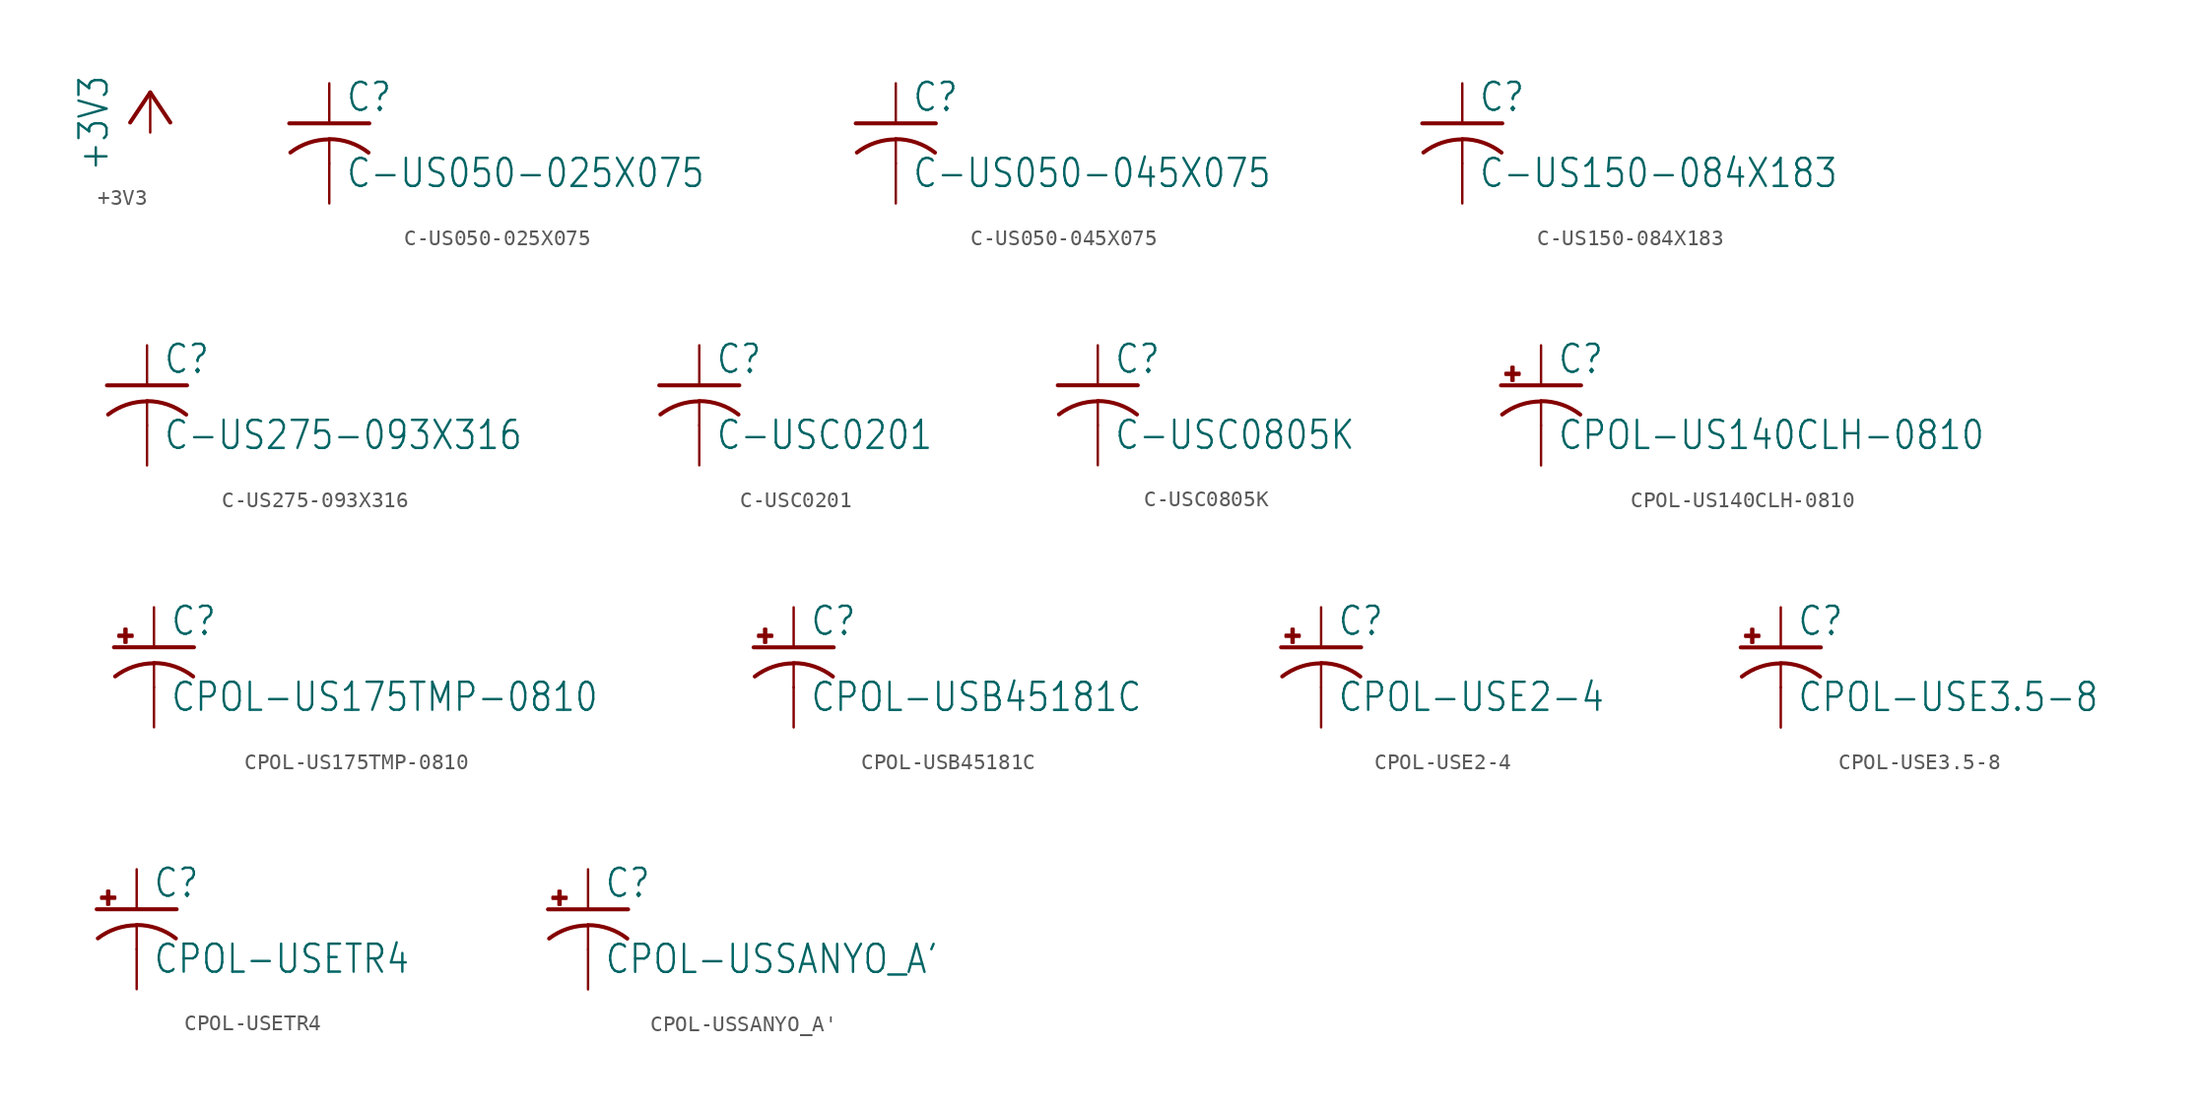
<source format=kicad_sym>
(kicad_symbol_lib
  (version 20211014)
  (generator kicad_symbol_editor)
  (symbol "+3V3"
    (power)
    (property "Reference" "#+3V3"
      (at 0 0 0)
      (effects (font (size 1.27 1.27)) hide))
    (property "Value" "+3V3"
      (at -2.54 -5.08 90)
      (effects (font (size 1.778 1.511)) (justify left bottom)))
    (property "ki_locked" ""
      (at 0 0 0)
      (effects (font (size 1.27 1.27))))
    (symbol "+3V3_1_0"
      (polyline (pts (xy 0 0) (xy -1.27 -1.905)) (stroke (width 0.254) (type default) (color 0 0 0 0)) (fill (type none)))
      (polyline (pts (xy 1.27 -1.905) (xy 0 0)) (stroke (width 0.254) (type default) (color 0 0 0 0)) (fill (type none)))
      (pin power_in line (at 0 -2.54 90) (length 2.54) (name "+3V3" (effects (font (size 0 0)))) (number "1" (effects (font (size 0 0)))))))
  (symbol "C-US050-025X075"
    (property "Reference" "C"
      (at 1.016 0.635 0)
      (effects (font (size 1.778 1.511)) (justify left bottom)))
    (property "Value" "C-US050-025X075"
      (at 1.016 -4.191 0)
      (effects (font (size 1.778 1.511)) (justify left bottom)))
    (property "ki_locked" ""
      (at 0 0 0)
      (effects (font (size 1.27 1.27))))
    (symbol "C-US050-025X075_1_0"
      (arc (start 0 -1.0161) (mid -1.302 -1.2303) (end -2.4668 -1.8504) (stroke (width 0.254) (type default) (color 0 0 0 0)) (fill (type none)))
      (polyline (pts (xy -2.54 0) (xy 2.54 0)) (stroke (width 0.254) (type default) (color 0 0 0 0)) (fill (type none)))
      (polyline (pts (xy 0 -1.016) (xy 0 -2.54)) (stroke (width 0.152) (type default) (color 0 0 0 0)) (fill (type none)))
      (arc (start 2.4892 -1.8542) (mid 1.3158 -1.2195) (end 0 -1) (stroke (width 0.254) (type default) (color 0 0 0 0)) (fill (type none)))
      (pin passive line (at 0 2.54 270) (length 2.54) (name "1" (effects (font (size 0 0)))) (number "1" (effects (font (size 0 0)))))
      (pin passive line (at 0 -5.08 90) (length 2.54) (name "2" (effects (font (size 0 0)))) (number "2" (effects (font (size 0 0)))))))
  (symbol "C-US050-045X075"
    (property "Reference" "C"
      (at 1.016 0.635 0)
      (effects (font (size 1.778 1.511)) (justify left bottom)))
    (property "Value" "C-US050-045X075"
      (at 1.016 -4.191 0)
      (effects (font (size 1.778 1.511)) (justify left bottom)))
    (property "ki_locked" ""
      (at 0 0 0)
      (effects (font (size 1.27 1.27))))
    (symbol "C-US050-045X075_1_0"
      (arc (start 0 -1.0161) (mid -1.302 -1.2303) (end -2.4668 -1.8504) (stroke (width 0.254) (type default) (color 0 0 0 0)) (fill (type none)))
      (polyline (pts (xy -2.54 0) (xy 2.54 0)) (stroke (width 0.254) (type default) (color 0 0 0 0)) (fill (type none)))
      (polyline (pts (xy 0 -1.016) (xy 0 -2.54)) (stroke (width 0.152) (type default) (color 0 0 0 0)) (fill (type none)))
      (arc (start 2.4892 -1.8542) (mid 1.3158 -1.2195) (end 0 -1) (stroke (width 0.254) (type default) (color 0 0 0 0)) (fill (type none)))
      (pin passive line (at 0 2.54 270) (length 2.54) (name "1" (effects (font (size 0 0)))) (number "1" (effects (font (size 0 0)))))
      (pin passive line (at 0 -5.08 90) (length 2.54) (name "2" (effects (font (size 0 0)))) (number "2" (effects (font (size 0 0)))))))
  (symbol "C-US150-084X183"
    (property "Reference" "C"
      (at 1.016 0.635 0)
      (effects (font (size 1.778 1.511)) (justify left bottom)))
    (property "Value" "C-US150-084X183"
      (at 1.016 -4.191 0)
      (effects (font (size 1.778 1.511)) (justify left bottom)))
    (property "ki_locked" ""
      (at 0 0 0)
      (effects (font (size 1.27 1.27))))
    (symbol "C-US150-084X183_1_0"
      (arc (start 0 -1.0161) (mid -1.302 -1.2303) (end -2.4668 -1.8504) (stroke (width 0.254) (type default) (color 0 0 0 0)) (fill (type none)))
      (polyline (pts (xy -2.54 0) (xy 2.54 0)) (stroke (width 0.254) (type default) (color 0 0 0 0)) (fill (type none)))
      (polyline (pts (xy 0 -1.016) (xy 0 -2.54)) (stroke (width 0.152) (type default) (color 0 0 0 0)) (fill (type none)))
      (arc (start 2.4892 -1.8542) (mid 1.3158 -1.2195) (end 0 -1) (stroke (width 0.254) (type default) (color 0 0 0 0)) (fill (type none)))
      (pin passive line (at 0 2.54 270) (length 2.54) (name "1" (effects (font (size 0 0)))) (number "1" (effects (font (size 0 0)))))
      (pin passive line (at 0 -5.08 90) (length 2.54) (name "2" (effects (font (size 0 0)))) (number "2" (effects (font (size 0 0)))))))
  (symbol "C-US275-093X316"
    (property "Reference" "C"
      (at 1.016 0.635 0)
      (effects (font (size 1.778 1.511)) (justify left bottom)))
    (property "Value" "C-US275-093X316"
      (at 1.016 -4.191 0)
      (effects (font (size 1.778 1.511)) (justify left bottom)))
    (property "ki_locked" ""
      (at 0 0 0)
      (effects (font (size 1.27 1.27))))
    (symbol "C-US275-093X316_1_0"
      (arc (start 0 -1.0161) (mid -1.302 -1.2303) (end -2.4668 -1.8504) (stroke (width 0.254) (type default) (color 0 0 0 0)) (fill (type none)))
      (polyline (pts (xy -2.54 0) (xy 2.54 0)) (stroke (width 0.254) (type default) (color 0 0 0 0)) (fill (type none)))
      (polyline (pts (xy 0 -1.016) (xy 0 -2.54)) (stroke (width 0.152) (type default) (color 0 0 0 0)) (fill (type none)))
      (arc (start 2.4892 -1.8542) (mid 1.3158 -1.2195) (end 0 -1) (stroke (width 0.254) (type default) (color 0 0 0 0)) (fill (type none)))
      (pin passive line (at 0 2.54 270) (length 2.54) (name "1" (effects (font (size 0 0)))) (number "1" (effects (font (size 0 0)))))
      (pin passive line (at 0 -5.08 90) (length 2.54) (name "2" (effects (font (size 0 0)))) (number "2" (effects (font (size 0 0)))))))
  (symbol "C-USC0201"
    (property "Reference" "C"
      (at 1.016 0.635 0)
      (effects (font (size 1.778 1.511)) (justify left bottom)))
    (property "Value" "C-USC0201"
      (at 1.016 -4.191 0)
      (effects (font (size 1.778 1.511)) (justify left bottom)))
    (property "ki_locked" ""
      (at 0 0 0)
      (effects (font (size 1.27 1.27))))
    (symbol "C-USC0201_1_0"
      (arc (start 0 -1.0161) (mid -1.302 -1.2303) (end -2.4668 -1.8504) (stroke (width 0.254) (type default) (color 0 0 0 0)) (fill (type none)))
      (polyline (pts (xy -2.54 0) (xy 2.54 0)) (stroke (width 0.254) (type default) (color 0 0 0 0)) (fill (type none)))
      (polyline (pts (xy 0 -1.016) (xy 0 -2.54)) (stroke (width 0.152) (type default) (color 0 0 0 0)) (fill (type none)))
      (arc (start 2.4892 -1.8542) (mid 1.3158 -1.2195) (end 0 -1) (stroke (width 0.254) (type default) (color 0 0 0 0)) (fill (type none)))
      (pin passive line (at 0 2.54 270) (length 2.54) (name "1" (effects (font (size 0 0)))) (number "1" (effects (font (size 0 0)))))
      (pin passive line (at 0 -5.08 90) (length 2.54) (name "2" (effects (font (size 0 0)))) (number "2" (effects (font (size 0 0)))))))
  (symbol "C-USC0805K"
    (property "Reference" "C"
      (at 1.016 0.635 0)
      (effects (font (size 1.778 1.511)) (justify left bottom)))
    (property "Value" "C-USC0805K"
      (at 1.016 -4.191 0)
      (effects (font (size 1.778 1.511)) (justify left bottom)))
    (property "ki_locked" ""
      (at 0 0 0)
      (effects (font (size 1.27 1.27))))
    (symbol "C-USC0805K_1_0"
      (arc (start 0 -1.0161) (mid -1.302 -1.2303) (end -2.4668 -1.8504) (stroke (width 0.254) (type default) (color 0 0 0 0)) (fill (type none)))
      (polyline (pts (xy -2.54 0) (xy 2.54 0)) (stroke (width 0.254) (type default) (color 0 0 0 0)) (fill (type none)))
      (polyline (pts (xy 0 -1.016) (xy 0 -2.54)) (stroke (width 0.152) (type default) (color 0 0 0 0)) (fill (type none)))
      (arc (start 2.4892 -1.8542) (mid 1.3158 -1.2195) (end 0 -1) (stroke (width 0.254) (type default) (color 0 0 0 0)) (fill (type none)))
      (pin passive line (at 0 2.54 270) (length 2.54) (name "1" (effects (font (size 0 0)))) (number "1" (effects (font (size 0 0)))))
      (pin passive line (at 0 -5.08 90) (length 2.54) (name "2" (effects (font (size 0 0)))) (number "2" (effects (font (size 0 0)))))))
  (symbol "CPOL-US140CLH-0810"
    (property "Reference" "C"
      (at 1.016 0.635 0)
      (effects (font (size 1.778 1.511)) (justify left bottom)))
    (property "Value" "CPOL-US140CLH-0810"
      (at 1.016 -4.191 0)
      (effects (font (size 1.778 1.511)) (justify left bottom)))
    (property "ki_locked" ""
      (at 0 0 0)
      (effects (font (size 1.27 1.27))))
    (symbol "CPOL-US140CLH-0810_1_0"
      (rectangle (start -2.253 0.668) (end -1.364 0.795) (stroke (width 0) (type default) (color 0 0 0 0)) (fill (type outline)))
      (rectangle (start -1.872 0.287) (end -1.745 1.176) (stroke (width 0) (type default) (color 0 0 0 0)) (fill (type outline)))
      (arc (start 0 -1.0161) (mid -1.3021 -1.2302) (end -2.4669 -1.8504) (stroke (width 0.254) (type default) (color 0 0 0 0)) (fill (type none)))
      (polyline (pts (xy -2.54 0) (xy 2.54 0)) (stroke (width 0.254) (type default) (color 0 0 0 0)) (fill (type none)))
      (polyline (pts (xy 0 -1.016) (xy 0 -2.54)) (stroke (width 0.152) (type default) (color 0 0 0 0)) (fill (type none)))
      (arc (start 2.4892 -1.8542) (mid 1.3158 -1.2195) (end 0 -1) (stroke (width 0.254) (type default) (color 0 0 0 0)) (fill (type none)))
      (pin passive line (at 0 2.54 270) (length 2.54) (name "+" (effects (font (size 0 0)))) (number "+" (effects (font (size 0 0)))))
      (pin passive line (at 0 -5.08 90) (length 2.54) (name "-" (effects (font (size 0 0)))) (number "-" (effects (font (size 0 0)))))))
  (symbol "CPOL-US175TMP-0810"
    (property "Reference" "C"
      (at 1.016 0.635 0)
      (effects (font (size 1.778 1.511)) (justify left bottom)))
    (property "Value" "CPOL-US175TMP-0810"
      (at 1.016 -4.191 0)
      (effects (font (size 1.778 1.511)) (justify left bottom)))
    (property "ki_locked" ""
      (at 0 0 0)
      (effects (font (size 1.27 1.27))))
    (symbol "CPOL-US175TMP-0810_1_0"
      (rectangle (start -2.253 0.668) (end -1.364 0.795) (stroke (width 0) (type default) (color 0 0 0 0)) (fill (type outline)))
      (rectangle (start -1.872 0.287) (end -1.745 1.176) (stroke (width 0) (type default) (color 0 0 0 0)) (fill (type outline)))
      (arc (start 0 -1.0161) (mid -1.3021 -1.2302) (end -2.4669 -1.8504) (stroke (width 0.254) (type default) (color 0 0 0 0)) (fill (type none)))
      (polyline (pts (xy -2.54 0) (xy 2.54 0)) (stroke (width 0.254) (type default) (color 0 0 0 0)) (fill (type none)))
      (polyline (pts (xy 0 -1.016) (xy 0 -2.54)) (stroke (width 0.152) (type default) (color 0 0 0 0)) (fill (type none)))
      (arc (start 2.4892 -1.8542) (mid 1.3158 -1.2195) (end 0 -1) (stroke (width 0.254) (type default) (color 0 0 0 0)) (fill (type none)))
      (pin passive line (at 0 2.54 270) (length 2.54) (name "+" (effects (font (size 0 0)))) (number "+" (effects (font (size 0 0)))))
      (pin passive line (at 0 -5.08 90) (length 2.54) (name "-" (effects (font (size 0 0)))) (number "-" (effects (font (size 0 0)))))))
  (symbol "CPOL-USB45181C"
    (property "Reference" "C"
      (at 1.016 0.635 0)
      (effects (font (size 1.778 1.511)) (justify left bottom)))
    (property "Value" "CPOL-USB45181C"
      (at 1.016 -4.191 0)
      (effects (font (size 1.778 1.511)) (justify left bottom)))
    (property "ki_locked" ""
      (at 0 0 0)
      (effects (font (size 1.27 1.27))))
    (symbol "CPOL-USB45181C_1_0"
      (rectangle (start -2.253 0.668) (end -1.364 0.795) (stroke (width 0) (type default) (color 0 0 0 0)) (fill (type outline)))
      (rectangle (start -1.872 0.287) (end -1.745 1.176) (stroke (width 0) (type default) (color 0 0 0 0)) (fill (type outline)))
      (arc (start 0 -1.0161) (mid -1.3021 -1.2302) (end -2.4669 -1.8504) (stroke (width 0.254) (type default) (color 0 0 0 0)) (fill (type none)))
      (polyline (pts (xy -2.54 0) (xy 2.54 0)) (stroke (width 0.254) (type default) (color 0 0 0 0)) (fill (type none)))
      (polyline (pts (xy 0 -1.016) (xy 0 -2.54)) (stroke (width 0.152) (type default) (color 0 0 0 0)) (fill (type none)))
      (arc (start 2.4892 -1.8542) (mid 1.3158 -1.2195) (end 0 -1) (stroke (width 0.254) (type default) (color 0 0 0 0)) (fill (type none)))
      (pin passive line (at 0 2.54 270) (length 2.54) (name "+" (effects (font (size 0 0)))) (number "+" (effects (font (size 0 0)))))
      (pin passive line (at 0 -5.08 90) (length 2.54) (name "-" (effects (font (size 0 0)))) (number "-" (effects (font (size 0 0)))))))
  (symbol "CPOL-USE2-4"
    (property "Reference" "C"
      (at 1.016 0.635 0)
      (effects (font (size 1.778 1.511)) (justify left bottom)))
    (property "Value" "CPOL-USE2-4"
      (at 1.016 -4.191 0)
      (effects (font (size 1.778 1.511)) (justify left bottom)))
    (property "ki_locked" ""
      (at 0 0 0)
      (effects (font (size 1.27 1.27))))
    (symbol "CPOL-USE2-4_1_0"
      (rectangle (start -2.253 0.668) (end -1.364 0.795) (stroke (width 0) (type default) (color 0 0 0 0)) (fill (type outline)))
      (rectangle (start -1.872 0.287) (end -1.745 1.176) (stroke (width 0) (type default) (color 0 0 0 0)) (fill (type outline)))
      (arc (start 0 -1.0161) (mid -1.3021 -1.2302) (end -2.4669 -1.8504) (stroke (width 0.254) (type default) (color 0 0 0 0)) (fill (type none)))
      (polyline (pts (xy -2.54 0) (xy 2.54 0)) (stroke (width 0.254) (type default) (color 0 0 0 0)) (fill (type none)))
      (polyline (pts (xy 0 -1.016) (xy 0 -2.54)) (stroke (width 0.152) (type default) (color 0 0 0 0)) (fill (type none)))
      (arc (start 2.4892 -1.8542) (mid 1.3158 -1.2195) (end 0 -1) (stroke (width 0.254) (type default) (color 0 0 0 0)) (fill (type none)))
      (pin passive line (at 0 2.54 270) (length 2.54) (name "+" (effects (font (size 0 0)))) (number "+" (effects (font (size 0 0)))))
      (pin passive line (at 0 -5.08 90) (length 2.54) (name "-" (effects (font (size 0 0)))) (number "-" (effects (font (size 0 0)))))))
  (symbol "CPOL-USE3.5-8"
    (property "Reference" "C"
      (at 1.016 0.635 0)
      (effects (font (size 1.778 1.511)) (justify left bottom)))
    (property "Value" "CPOL-USE3.5-8"
      (at 1.016 -4.191 0)
      (effects (font (size 1.778 1.511)) (justify left bottom)))
    (property "ki_locked" ""
      (at 0 0 0)
      (effects (font (size 1.27 1.27))))
    (symbol "CPOL-USE3.5-8_1_0"
      (rectangle (start -2.253 0.668) (end -1.364 0.795) (stroke (width 0) (type default) (color 0 0 0 0)) (fill (type outline)))
      (rectangle (start -1.872 0.287) (end -1.745 1.176) (stroke (width 0) (type default) (color 0 0 0 0)) (fill (type outline)))
      (arc (start 0 -1.0161) (mid -1.3021 -1.2302) (end -2.4669 -1.8504) (stroke (width 0.254) (type default) (color 0 0 0 0)) (fill (type none)))
      (polyline (pts (xy -2.54 0) (xy 2.54 0)) (stroke (width 0.254) (type default) (color 0 0 0 0)) (fill (type none)))
      (polyline (pts (xy 0 -1.016) (xy 0 -2.54)) (stroke (width 0.152) (type default) (color 0 0 0 0)) (fill (type none)))
      (arc (start 2.4892 -1.8542) (mid 1.3158 -1.2195) (end 0 -1) (stroke (width 0.254) (type default) (color 0 0 0 0)) (fill (type none)))
      (pin passive line (at 0 2.54 270) (length 2.54) (name "+" (effects (font (size 0 0)))) (number "+" (effects (font (size 0 0)))))
      (pin passive line (at 0 -5.08 90) (length 2.54) (name "-" (effects (font (size 0 0)))) (number "-" (effects (font (size 0 0)))))))
  (symbol "CPOL-USETR4"
    (property "Reference" "C"
      (at 1.016 0.635 0)
      (effects (font (size 1.778 1.511)) (justify left bottom)))
    (property "Value" "CPOL-USETR4"
      (at 1.016 -4.191 0)
      (effects (font (size 1.778 1.511)) (justify left bottom)))
    (property "ki_locked" ""
      (at 0 0 0)
      (effects (font (size 1.27 1.27))))
    (symbol "CPOL-USETR4_1_0"
      (rectangle (start -2.253 0.668) (end -1.364 0.795) (stroke (width 0) (type default) (color 0 0 0 0)) (fill (type outline)))
      (rectangle (start -1.872 0.287) (end -1.745 1.176) (stroke (width 0) (type default) (color 0 0 0 0)) (fill (type outline)))
      (arc (start 0 -1.0161) (mid -1.3021 -1.2302) (end -2.4669 -1.8504) (stroke (width 0.254) (type default) (color 0 0 0 0)) (fill (type none)))
      (polyline (pts (xy -2.54 0) (xy 2.54 0)) (stroke (width 0.254) (type default) (color 0 0 0 0)) (fill (type none)))
      (polyline (pts (xy 0 -1.016) (xy 0 -2.54)) (stroke (width 0.152) (type default) (color 0 0 0 0)) (fill (type none)))
      (arc (start 2.4892 -1.8542) (mid 1.3158 -1.2195) (end 0 -1) (stroke (width 0.254) (type default) (color 0 0 0 0)) (fill (type none)))
      (pin passive line (at 0 2.54 270) (length 2.54) (name "+" (effects (font (size 0 0)))) (number "+" (effects (font (size 0 0)))))
      (pin passive line (at 0 -5.08 90) (length 2.54) (name "-" (effects (font (size 0 0)))) (number "-" (effects (font (size 0 0)))))))
  (symbol "CPOL-USSANYO_A'"
    (property "Reference" "C"
      (at 1.016 0.635 0)
      (effects (font (size 1.778 1.511)) (justify left bottom)))
    (property "Value" "CPOL-USSANYO_A'"
      (at 1.016 -4.191 0)
      (effects (font (size 1.778 1.511)) (justify left bottom)))
    (property "ki_locked" ""
      (at 0 0 0)
      (effects (font (size 1.27 1.27))))
    (symbol "CPOL-USSANYO_A'_1_0"
      (rectangle (start -2.253 0.668) (end -1.364 0.795) (stroke (width 0) (type default) (color 0 0 0 0)) (fill (type outline)))
      (rectangle (start -1.872 0.287) (end -1.745 1.176) (stroke (width 0) (type default) (color 0 0 0 0)) (fill (type outline)))
      (arc (start 0 -1.0161) (mid -1.3021 -1.2302) (end -2.4669 -1.8504) (stroke (width 0.254) (type default) (color 0 0 0 0)) (fill (type none)))
      (polyline (pts (xy -2.54 0) (xy 2.54 0)) (stroke (width 0.254) (type default) (color 0 0 0 0)) (fill (type none)))
      (polyline (pts (xy 0 -1.016) (xy 0 -2.54)) (stroke (width 0.152) (type default) (color 0 0 0 0)) (fill (type none)))
      (arc (start 2.4892 -1.8542) (mid 1.3158 -1.2195) (end 0 -1) (stroke (width 0.254) (type default) (color 0 0 0 0)) (fill (type none)))
      (pin passive line (at 0 2.54 270) (length 2.54) (name "+" (effects (font (size 0 0)))) (number "+" (effects (font (size 0 0)))))
      (pin passive line (at 0 -5.08 90) (length 2.54) (name "-" (effects (font (size 0 0)))) (number "-" (effects (font (size 0 0))))))))
</source>
